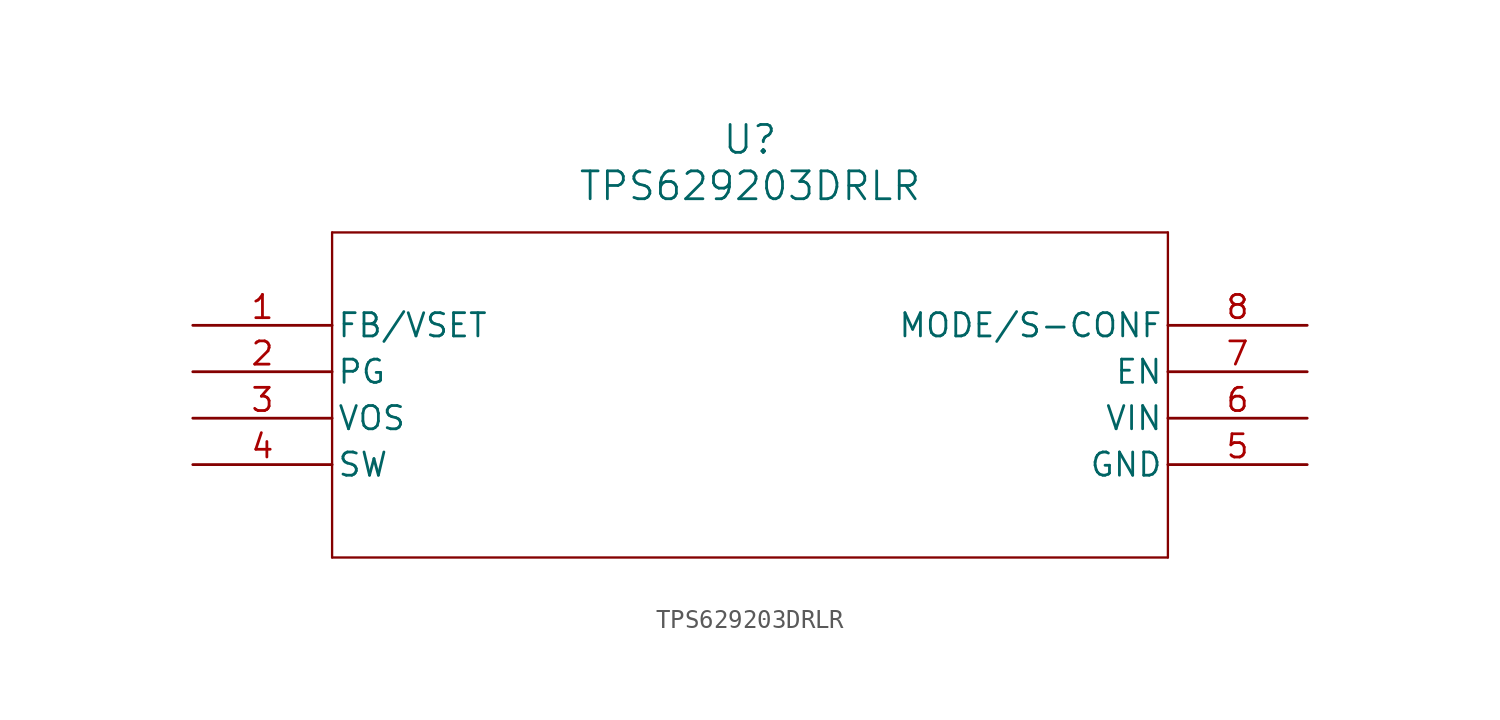
<source format=kicad_sym>
(kicad_symbol_lib
  (version 20211014)
  (generator kicad_symbol_editor)
  (symbol "TPS629203DRLR"
    (pin_names
      (offset 0.254))
    (property "Reference" "U"
      (at 30.48 10.16 0)
      (effects (font (size 1.524 1.524))))
    (property "Value" "TPS629203DRLR"
      (at 30.48 7.62 0)
      (effects (font (size 1.524 1.524))))
    (symbol "TPS629203DRLR_0_1"
      (polyline (pts (xy 7.62 5.08) (xy 7.62 -12.7)) (stroke (width 0.127) (type default) (color 0 0 0 0)) (fill (type none)))
      (polyline (pts (xy 7.62 -12.7) (xy 53.34 -12.7)) (stroke (width 0.127) (type default) (color 0 0 0 0)) (fill (type none)))
      (polyline (pts (xy 53.34 -12.7) (xy 53.34 5.08)) (stroke (width 0.127) (type default) (color 0 0 0 0)) (fill (type none)))
      (polyline (pts (xy 53.34 5.08) (xy 7.62 5.08)) (stroke (width 0.127) (type default) (color 0 0 0 0)) (fill (type none)))
      (pin input line (at 0 0 0) (length 7.62) (name "FB/VSET" (effects (font (size 1.27 1.27)))) (number "1" (effects (font (size 1.27 1.27)))))
      (pin output line (at 0 -2.54 0) (length 7.62) (name "PG" (effects (font (size 1.27 1.27)))) (number "2" (effects (font (size 1.27 1.27)))))
      (pin input line (at 0 -5.08 0) (length 7.62) (name "VOS" (effects (font (size 1.27 1.27)))) (number "3" (effects (font (size 1.27 1.27)))))
      (pin power_in line (at 0 -7.62 0) (length 7.62) (name "SW" (effects (font (size 1.27 1.27)))) (number "4" (effects (font (size 1.27 1.27)))))
      (pin power_out line (at 60.96 -7.62 180) (length 7.62) (name "GND" (effects (font (size 1.27 1.27)))) (number "5" (effects (font (size 1.27 1.27)))))
      (pin input line (at 60.96 -5.08 180) (length 7.62) (name "VIN" (effects (font (size 1.27 1.27)))) (number "6" (effects (font (size 1.27 1.27)))))
      (pin input line (at 60.96 -2.54 180) (length 7.62) (name "EN" (effects (font (size 1.27 1.27)))) (number "7" (effects (font (size 1.27 1.27)))))
      (pin input line (at 60.96 0 180) (length 7.62) (name "MODE/S-CONF" (effects (font (size 1.27 1.27)))) (number "8" (effects (font (size 1.27 1.27))))))))
</source>
